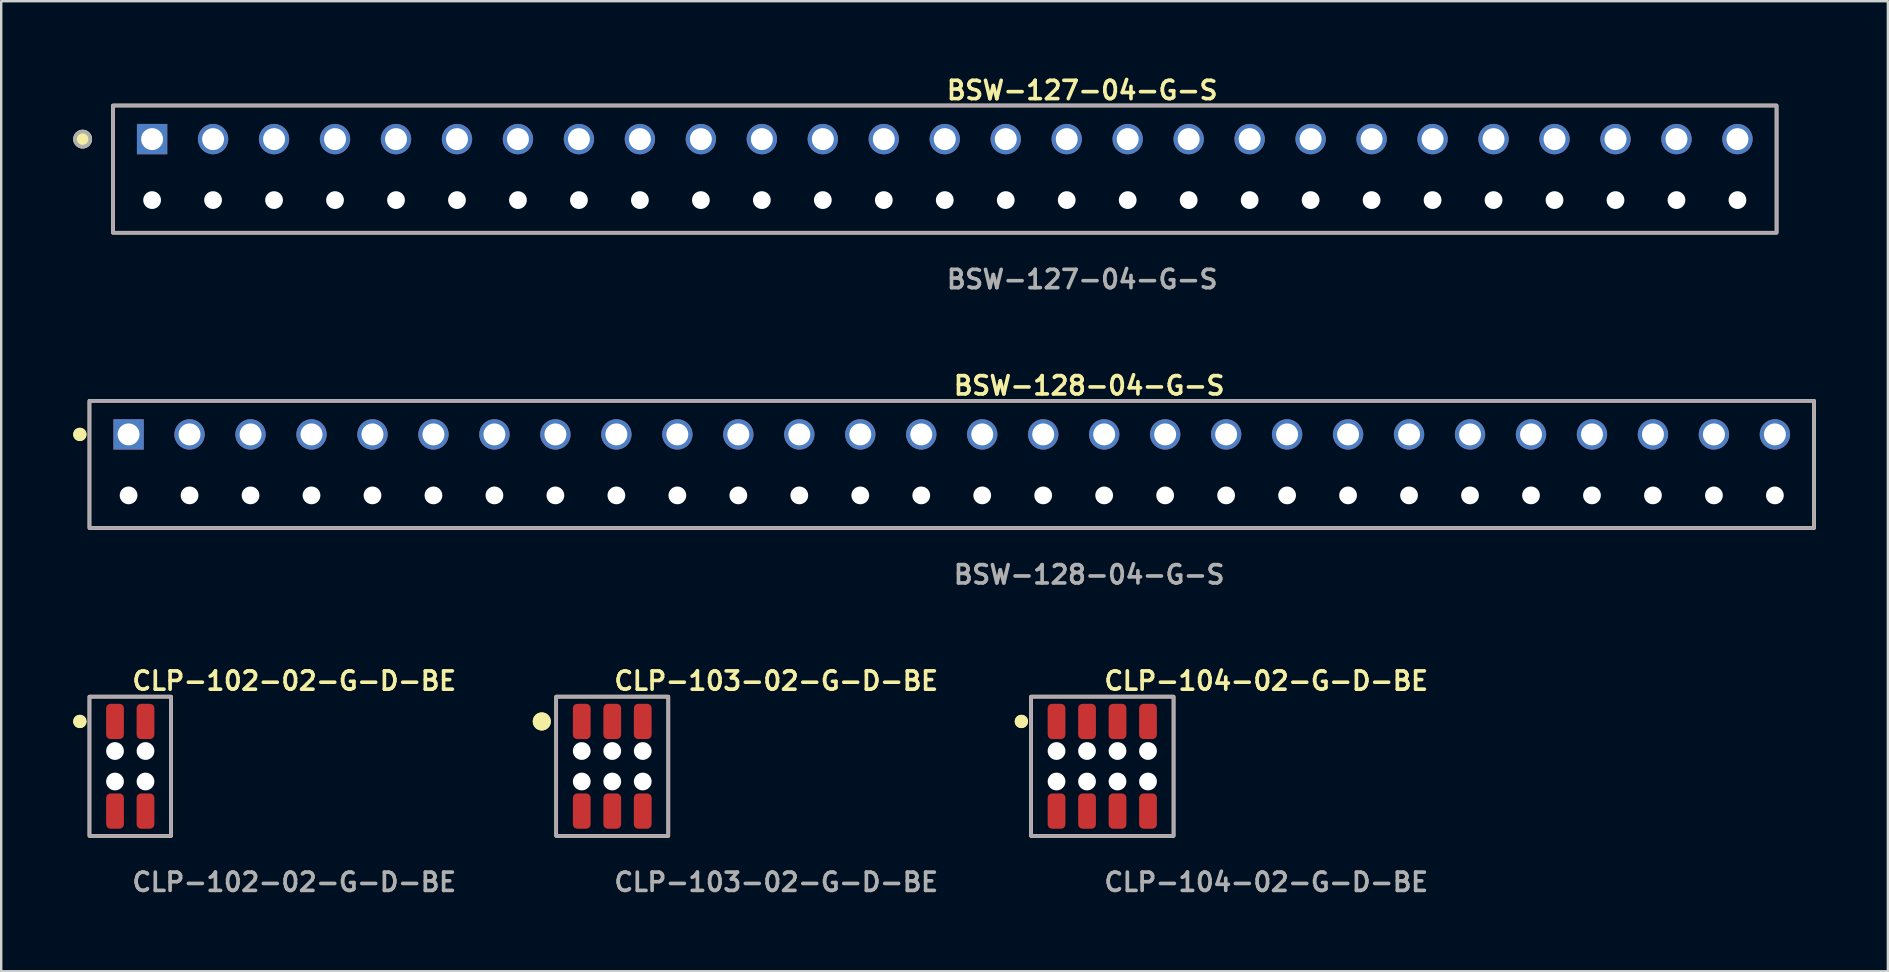
<source format=kicad_pcb>
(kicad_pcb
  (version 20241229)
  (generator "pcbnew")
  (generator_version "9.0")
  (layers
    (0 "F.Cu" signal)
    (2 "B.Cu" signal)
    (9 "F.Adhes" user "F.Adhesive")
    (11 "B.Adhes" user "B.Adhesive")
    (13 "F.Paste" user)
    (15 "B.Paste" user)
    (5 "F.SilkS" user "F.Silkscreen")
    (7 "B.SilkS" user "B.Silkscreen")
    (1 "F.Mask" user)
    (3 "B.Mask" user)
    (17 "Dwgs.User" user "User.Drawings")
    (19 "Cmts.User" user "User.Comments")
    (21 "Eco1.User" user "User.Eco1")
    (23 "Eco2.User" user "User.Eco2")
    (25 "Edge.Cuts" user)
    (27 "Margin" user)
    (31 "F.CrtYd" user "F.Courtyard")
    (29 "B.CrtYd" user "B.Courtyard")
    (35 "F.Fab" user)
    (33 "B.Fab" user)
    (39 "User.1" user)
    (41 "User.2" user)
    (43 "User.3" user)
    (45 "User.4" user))
  (footprint "CLP-103-02-G-D-BE"
    (layer "F.Cu")
    (at 22.454 28.87)
    (property "Reference" "CLP-103-02-G-D-BE" (at 0 -3.556 0) (unlocked yes) (layer "F.SilkS") (effects (font (size 0.762 0.762) (thickness 0.152)) (justify left)))
    (fp_rect (start -2.335 2.9) (end 2.335 -2.9) (stroke (width 0.152) (type solid)) (fill no) (layer "F.SilkS"))
    (fp_circle (center -2.935 -1.867) (end -3.235 -1.867) (stroke (width 0.152) (type solid)) (fill yes) (layer "F.SilkS"))
    (fp_circle (center -2.935 -1.867) (end -3.235 -1.867) (stroke (width 0.152) (type solid)) (fill yes) (layer "F.SilkS"))
    (fp_rect (start -2.335 2.9) (end 2.335 -2.9) (stroke (width 0.006) (type solid)) (fill no) (layer "F.CrtYd"))
    (fp_rect (start -2.335 2.9) (end 2.335 -2.9) (stroke (width 0.152) (type solid)) (fill no) (layer "F.Fab"))
    (fp_text user "${REFERENCE}" (at 0 4.826 0) (unlocked yes) (layer "F.Fab") (effects (font (size 0.762 0.762) (thickness 0.152)) (justify left)))
    (pad "" np_thru_hole circle (at -1.27 -0.635) (size 0.74 0.74) (drill 0.74) (layers "*.Cu" "*.Mask"))
    (pad "" np_thru_hole circle (at -1.27 0.635) (size 0.74 0.74) (drill 0.74) (layers "*.Cu" "*.Mask"))
    (pad "" np_thru_hole circle (at 0 -0.635) (size 0.74 0.74) (drill 0.74) (layers "*.Cu" "*.Mask"))
    (pad "" np_thru_hole circle (at 0 0.635) (size 0.74 0.74) (drill 0.74) (layers "*.Cu" "*.Mask"))
    (pad "" np_thru_hole circle (at 1.27 -0.635) (size 0.74 0.74) (drill 0.74) (layers "*.Cu" "*.Mask"))
    (pad "" np_thru_hole circle (at 1.27 0.635) (size 0.74 0.74) (drill 0.74) (layers "*.Cu" "*.Mask"))
    (pad "1" smd roundrect (at -1.27 -1.867) (size 0.74 1.47) (layers "F.Cu" "F.Paste") (roundrect_rratio 0.25))
    (pad "2" smd roundrect (at -1.27 1.867) (size 0.74 1.47) (layers "F.Cu" "F.Paste") (roundrect_rratio 0.25))
    (pad "3" smd roundrect (at 0 -1.867) (size 0.74 1.47) (layers "F.Cu" "F.Paste") (roundrect_rratio 0.25))
    (pad "4" smd roundrect (at 0 1.867) (size 0.74 1.47) (layers "F.Cu" "F.Paste") (roundrect_rratio 0.25))
    (pad "5" smd roundrect (at 1.27 -1.867) (size 0.74 1.47) (layers "F.Cu" "F.Paste") (roundrect_rratio 0.25))
    (pad "6" smd roundrect (at 1.27 1.867) (size 0.74 1.47) (layers "F.Cu" "F.Paste") (roundrect_rratio 0.25)))
  (footprint "CLP-102-02-G-D-BE"
    (layer "F.Cu")
    (at 2.376 28.87)
    (property "Reference" "CLP-102-02-G-D-BE" (at 0 -3.556 0) (unlocked yes) (layer "F.SilkS") (effects (font (size 0.762 0.762) (thickness 0.152)) (justify left)))
    (fp_rect (start -1.7 2.9) (end 1.7 -2.9) (stroke (width 0.152) (type solid)) (fill no) (layer "F.SilkS"))
    (fp_circle (center -2.1 -1.867) (end -2.3 -1.867) (stroke (width 0.152) (type solid)) (fill yes) (layer "F.SilkS"))
    (fp_circle (center -2.1 -1.867) (end -2.3 -1.867) (stroke (width 0.152) (type solid)) (fill yes) (layer "F.SilkS"))
    (fp_rect (start -1.7 2.9) (end 1.7 -2.9) (stroke (width 0.006) (type solid)) (fill no) (layer "F.CrtYd"))
    (fp_rect (start -1.7 2.9) (end 1.7 -2.9) (stroke (width 0.152) (type solid)) (fill no) (layer "F.Fab"))
    (fp_text user "${REFERENCE}" (at 0 4.826 0) (unlocked yes) (layer "F.Fab") (effects (font (size 0.762 0.762) (thickness 0.152)) (justify left)))
    (pad "" np_thru_hole circle (at -0.635 -0.635) (size 0.74 0.74) (drill 0.74) (layers "*.Cu" "*.Mask"))
    (pad "" np_thru_hole circle (at -0.635 0.635) (size 0.74 0.74) (drill 0.74) (layers "*.Cu" "*.Mask"))
    (pad "" np_thru_hole circle (at 0.635 -0.635) (size 0.74 0.74) (drill 0.74) (layers "*.Cu" "*.Mask"))
    (pad "" np_thru_hole circle (at 0.635 0.635) (size 0.74 0.74) (drill 0.74) (layers "*.Cu" "*.Mask"))
    (pad "1" smd roundrect (at -0.635 -1.867) (size 0.74 1.47) (layers "F.Cu" "F.Paste") (roundrect_rratio 0.25))
    (pad "2" smd roundrect (at -0.635 1.867) (size 0.74 1.47) (layers "F.Cu" "F.Paste") (roundrect_rratio 0.25))
    (pad "3" smd roundrect (at 0.635 -1.867) (size 0.74 1.47) (layers "F.Cu" "F.Paste") (roundrect_rratio 0.25))
    (pad "4" smd roundrect (at 0.635 1.867) (size 0.74 1.47) (layers "F.Cu" "F.Paste") (roundrect_rratio 0.25)))
  (footprint "CLP-104-02-G-D-BE"
    (layer "F.Cu")
    (at 42.867 28.87)
    (property "Reference" "CLP-104-02-G-D-BE" (at 0 -3.556 0) (unlocked yes) (layer "F.SilkS") (effects (font (size 0.762 0.762) (thickness 0.152)) (justify left)))
    (fp_rect (start -2.97 2.9) (end 2.97 -2.9) (stroke (width 0.152) (type solid)) (fill no) (layer "F.SilkS"))
    (fp_circle (center -3.37 -1.867) (end -3.57 -1.867) (stroke (width 0.152) (type solid)) (fill yes) (layer "F.SilkS"))
    (fp_circle (center -3.37 -1.867) (end -3.57 -1.867) (stroke (width 0.152) (type solid)) (fill yes) (layer "F.SilkS"))
    (fp_rect (start -2.97 2.9) (end 2.97 -2.9) (stroke (width 0.006) (type solid)) (fill no) (layer "F.CrtYd"))
    (fp_rect (start -2.97 2.9) (end 2.97 -2.9) (stroke (width 0.152) (type solid)) (fill no) (layer "F.Fab"))
    (fp_text user "${REFERENCE}" (at 0 4.826 0) (unlocked yes) (layer "F.Fab") (effects (font (size 0.762 0.762) (thickness 0.152)) (justify left)))
    (pad "" np_thru_hole circle (at -1.905 -0.635) (size 0.74 0.74) (drill 0.74) (layers "*.Cu" "*.Mask"))
    (pad "" np_thru_hole circle (at -1.905 0.635) (size 0.74 0.74) (drill 0.74) (layers "*.Cu" "*.Mask"))
    (pad "" np_thru_hole circle (at -0.635 -0.635) (size 0.74 0.74) (drill 0.74) (layers "*.Cu" "*.Mask"))
    (pad "" np_thru_hole circle (at -0.635 0.635) (size 0.74 0.74) (drill 0.74) (layers "*.Cu" "*.Mask"))
    (pad "" np_thru_hole circle (at 0.635 -0.635) (size 0.74 0.74) (drill 0.74) (layers "*.Cu" "*.Mask"))
    (pad "" np_thru_hole circle (at 0.635 0.635) (size 0.74 0.74) (drill 0.74) (layers "*.Cu" "*.Mask"))
    (pad "" np_thru_hole circle (at 1.905 -0.635) (size 0.74 0.74) (drill 0.74) (layers "*.Cu" "*.Mask"))
    (pad "" np_thru_hole circle (at 1.905 0.635) (size 0.74 0.74) (drill 0.74) (layers "*.Cu" "*.Mask"))
    (pad "1" smd roundrect (at -1.905 -1.867) (size 0.74 1.47) (layers "F.Cu" "F.Paste") (roundrect_rratio 0.25))
    (pad "2" smd roundrect (at -1.905 1.867) (size 0.74 1.47) (layers "F.Cu" "F.Paste") (roundrect_rratio 0.25))
    (pad "3" smd roundrect (at -0.635 -1.867) (size 0.74 1.47) (layers "F.Cu" "F.Paste") (roundrect_rratio 0.25))
    (pad "4" smd roundrect (at -0.635 1.867) (size 0.74 1.47) (layers "F.Cu" "F.Paste") (roundrect_rratio 0.25))
    (pad "5" smd roundrect (at 0.635 -1.867) (size 0.74 1.47) (layers "F.Cu" "F.Paste") (roundrect_rratio 0.25))
    (pad "6" smd roundrect (at 0.635 1.867) (size 0.74 1.47) (layers "F.Cu" "F.Paste") (roundrect_rratio 0.25))
    (pad "7" smd roundrect (at 1.905 -1.867) (size 0.74 1.47) (layers "F.Cu" "F.Paste") (roundrect_rratio 0.25))
    (pad "8" smd roundrect (at 1.905 1.867) (size 0.74 1.47) (layers "F.Cu" "F.Paste") (roundrect_rratio 0.25)))
  (footprint "BSW-128-04-G-S"
    (layer "F.Cu")
    (at 36.596 15.046)
    (property "Reference" "BSW-128-04-G-S" (at 0 -2.032 0) (unlocked yes) (layer "F.SilkS") (effects (font (size 0.762 0.762) (thickness 0.152)) (justify left)))
    (fp_rect (start -35.92 3.9) (end 35.92 -1.4) (stroke (width 0.152) (type solid)) (fill no) (layer "F.SilkS"))
    (fp_circle (center -36.32 0) (end -36.52 0) (stroke (width 0.152) (type solid)) (fill yes) (layer "F.SilkS"))
    (fp_circle (center -36.32 0) (end -36.52 0) (stroke (width 0.152) (type solid)) (fill yes) (layer "F.SilkS"))
    (fp_rect (start -35.92 3.9) (end 35.92 -1.4) (stroke (width 0.006) (type solid)) (fill no) (layer "F.CrtYd"))
    (fp_rect (start -35.92 3.9) (end 35.92 -1.4) (stroke (width 0.152) (type solid)) (fill no) (layer "F.Fab"))
    (fp_text user "${REFERENCE}" (at 0 5.842 0) (unlocked yes) (layer "F.Fab") (effects (font (size 0.762 0.762) (thickness 0.152)) (justify left)))
    (pad "" np_thru_hole circle (at -34.29 2.54) (size 0.74 0.74) (drill 0.74) (layers "*.Cu" "*.Mask"))
    (pad "" np_thru_hole circle (at -31.75 2.54) (size 0.74 0.74) (drill 0.74) (layers "*.Cu" "*.Mask"))
    (pad "" np_thru_hole circle (at -29.21 2.54) (size 0.74 0.74) (drill 0.74) (layers "*.Cu" "*.Mask"))
    (pad "" np_thru_hole circle (at -26.67 2.54) (size 0.74 0.74) (drill 0.74) (layers "*.Cu" "*.Mask"))
    (pad "" np_thru_hole circle (at -24.13 2.54) (size 0.74 0.74) (drill 0.74) (layers "*.Cu" "*.Mask"))
    (pad "" np_thru_hole circle (at -21.59 2.54) (size 0.74 0.74) (drill 0.74) (layers "*.Cu" "*.Mask"))
    (pad "" np_thru_hole circle (at -19.05 2.54) (size 0.74 0.74) (drill 0.74) (layers "*.Cu" "*.Mask"))
    (pad "" np_thru_hole circle (at -16.51 2.54) (size 0.74 0.74) (drill 0.74) (layers "*.Cu" "*.Mask"))
    (pad "" np_thru_hole circle (at -13.97 2.54) (size 0.74 0.74) (drill 0.74) (layers "*.Cu" "*.Mask"))
    (pad "" np_thru_hole circle (at -11.43 2.54) (size 0.74 0.74) (drill 0.74) (layers "*.Cu" "*.Mask"))
    (pad "" np_thru_hole circle (at -8.89 2.54) (size 0.74 0.74) (drill 0.74) (layers "*.Cu" "*.Mask"))
    (pad "" np_thru_hole circle (at -6.35 2.54) (size 0.74 0.74) (drill 0.74) (layers "*.Cu" "*.Mask"))
    (pad "" np_thru_hole circle (at -3.81 2.54) (size 0.74 0.74) (drill 0.74) (layers "*.Cu" "*.Mask"))
    (pad "" np_thru_hole circle (at -1.27 2.54) (size 0.74 0.74) (drill 0.74) (layers "*.Cu" "*.Mask"))
    (pad "" np_thru_hole circle (at 1.27 2.54) (size 0.74 0.74) (drill 0.74) (layers "*.Cu" "*.Mask"))
    (pad "" np_thru_hole circle (at 3.81 2.54) (size 0.74 0.74) (drill 0.74) (layers "*.Cu" "*.Mask"))
    (pad "" np_thru_hole circle (at 6.35 2.54) (size 0.74 0.74) (drill 0.74) (layers "*.Cu" "*.Mask"))
    (pad "" np_thru_hole circle (at 8.89 2.54) (size 0.74 0.74) (drill 0.74) (layers "*.Cu" "*.Mask"))
    (pad "" np_thru_hole circle (at 11.43 2.54) (size 0.74 0.74) (drill 0.74) (layers "*.Cu" "*.Mask"))
    (pad "" np_thru_hole circle (at 13.97 2.54) (size 0.74 0.74) (drill 0.74) (layers "*.Cu" "*.Mask"))
    (pad "" np_thru_hole circle (at 16.51 2.54) (size 0.74 0.74) (drill 0.74) (layers "*.Cu" "*.Mask"))
    (pad "" np_thru_hole circle (at 19.05 2.54) (size 0.74 0.74) (drill 0.74) (layers "*.Cu" "*.Mask"))
    (pad "" np_thru_hole circle (at 21.59 2.54) (size 0.74 0.74) (drill 0.74) (layers "*.Cu" "*.Mask"))
    (pad "" np_thru_hole circle (at 24.13 2.54) (size 0.74 0.74) (drill 0.74) (layers "*.Cu" "*.Mask"))
    (pad "" np_thru_hole circle (at 26.67 2.54) (size 0.74 0.74) (drill 0.74) (layers "*.Cu" "*.Mask"))
    (pad "" np_thru_hole circle (at 29.21 2.54) (size 0.74 0.74) (drill 0.74) (layers "*.Cu" "*.Mask"))
    (pad "" np_thru_hole circle (at 31.75 2.54) (size 0.74 0.74) (drill 0.74) (layers "*.Cu" "*.Mask"))
    (pad "" np_thru_hole circle (at 34.29 2.54) (size 0.74 0.74) (drill 0.74) (layers "*.Cu" "*.Mask"))
    (pad "1" thru_hole rect (at -34.29 0) (size 1.264 1.264) (drill 0.914) (layers "*.Cu" "*.Mask"))
    (pad "2" thru_hole circle (at -31.75 0) (size 1.264 1.264) (drill 0.914) (layers "*.Cu" "*.Mask"))
    (pad "3" thru_hole circle (at -29.21 0) (size 1.264 1.264) (drill 0.914) (layers "*.Cu" "*.Mask"))
    (pad "4" thru_hole circle (at -26.67 0) (size 1.264 1.264) (drill 0.914) (layers "*.Cu" "*.Mask"))
    (pad "5" thru_hole circle (at -24.13 0) (size 1.264 1.264) (drill 0.914) (layers "*.Cu" "*.Mask"))
    (pad "6" thru_hole circle (at -21.59 0) (size 1.264 1.264) (drill 0.914) (layers "*.Cu" "*.Mask"))
    (pad "7" thru_hole circle (at -19.05 0) (size 1.264 1.264) (drill 0.914) (layers "*.Cu" "*.Mask"))
    (pad "8" thru_hole circle (at -16.51 0) (size 1.264 1.264) (drill 0.914) (layers "*.Cu" "*.Mask"))
    (pad "9" thru_hole circle (at -13.97 0) (size 1.264 1.264) (drill 0.914) (layers "*.Cu" "*.Mask"))
    (pad "10" thru_hole circle (at -11.43 0) (size 1.264 1.264) (drill 0.914) (layers "*.Cu" "*.Mask"))
    (pad "11" thru_hole circle (at -8.89 0) (size 1.264 1.264) (drill 0.914) (layers "*.Cu" "*.Mask"))
    (pad "12" thru_hole circle (at -6.35 0) (size 1.264 1.264) (drill 0.914) (layers "*.Cu" "*.Mask"))
    (pad "13" thru_hole circle (at -3.81 0) (size 1.264 1.264) (drill 0.914) (layers "*.Cu" "*.Mask"))
    (pad "14" thru_hole circle (at -1.27 0) (size 1.264 1.264) (drill 0.914) (layers "*.Cu" "*.Mask"))
    (pad "15" thru_hole circle (at 1.27 0) (size 1.264 1.264) (drill 0.914) (layers "*.Cu" "*.Mask"))
    (pad "16" thru_hole circle (at 3.81 0) (size 1.264 1.264) (drill 0.914) (layers "*.Cu" "*.Mask"))
    (pad "17" thru_hole circle (at 6.35 0) (size 1.264 1.264) (drill 0.914) (layers "*.Cu" "*.Mask"))
    (pad "18" thru_hole circle (at 8.89 0) (size 1.264 1.264) (drill 0.914) (layers "*.Cu" "*.Mask"))
    (pad "19" thru_hole circle (at 11.43 0) (size 1.264 1.264) (drill 0.914) (layers "*.Cu" "*.Mask"))
    (pad "20" thru_hole circle (at 13.97 0) (size 1.264 1.264) (drill 0.914) (layers "*.Cu" "*.Mask"))
    (pad "21" thru_hole circle (at 16.51 0) (size 1.264 1.264) (drill 0.914) (layers "*.Cu" "*.Mask"))
    (pad "22" thru_hole circle (at 19.05 0) (size 1.264 1.264) (drill 0.914) (layers "*.Cu" "*.Mask"))
    (pad "23" thru_hole circle (at 21.59 0) (size 1.264 1.264) (drill 0.914) (layers "*.Cu" "*.Mask"))
    (pad "24" thru_hole circle (at 24.13 0) (size 1.264 1.264) (drill 0.914) (layers "*.Cu" "*.Mask"))
    (pad "25" thru_hole circle (at 26.67 0) (size 1.264 1.264) (drill 0.914) (layers "*.Cu" "*.Mask"))
    (pad "26" thru_hole circle (at 29.21 0) (size 1.264 1.264) (drill 0.914) (layers "*.Cu" "*.Mask"))
    (pad "27" thru_hole circle (at 31.75 0) (size 1.264 1.264) (drill 0.914) (layers "*.Cu" "*.Mask"))
    (pad "28" thru_hole circle (at 34.29 0) (size 1.264 1.264) (drill 0.914) (layers "*.Cu" "*.Mask")))
  (footprint "BSW-127-04-G-S"
    (layer "F.Cu")
    (at 36.306 2.745)
    (property "Reference" "BSW-127-04-G-S" (at 0 -2.032 0) (unlocked yes) (layer "F.SilkS") (effects (font (size 0.762 0.762) (thickness 0.152)) (justify left)))
    (fp_rect (start -34.65 3.9) (end 34.65 -1.4) (stroke (width 0.152) (type solid)) (fill no) (layer "F.SilkS"))
    (fp_circle (center -35.914 0) (end -36.23 0) (stroke (width 0.152) (type solid)) (fill yes) (layer "F.SilkS"))
    (fp_rect (start -34.65 3.9) (end 34.65 -1.4) (stroke (width 0.006) (type solid)) (fill no) (layer "F.CrtYd"))
    (fp_rect (start -34.65 3.9) (end 34.65 -1.4) (stroke (width 0.152) (type solid)) (fill no) (layer "F.Fab"))
    (fp_circle (center -35.914 0) (end -36.23 0) (stroke (width 0.152) (type solid)) (fill no) (layer "F.Fab"))
    (fp_text user "${REFERENCE}" (at 0 5.842 0) (unlocked yes) (layer "F.Fab") (effects (font (size 0.762 0.762) (thickness 0.152)) (justify left)))
    (pad "" np_thru_hole circle (at -33.02 2.54) (size 0.74 0.74) (drill 0.74) (layers "*.Cu" "*.Mask"))
    (pad "" np_thru_hole circle (at -30.48 2.54) (size 0.74 0.74) (drill 0.74) (layers "*.Cu" "*.Mask"))
    (pad "" np_thru_hole circle (at -27.94 2.54) (size 0.74 0.74) (drill 0.74) (layers "*.Cu" "*.Mask"))
    (pad "" np_thru_hole circle (at -25.4 2.54) (size 0.74 0.74) (drill 0.74) (layers "*.Cu" "*.Mask"))
    (pad "" np_thru_hole circle (at -22.86 2.54) (size 0.74 0.74) (drill 0.74) (layers "*.Cu" "*.Mask"))
    (pad "" np_thru_hole circle (at -20.32 2.54) (size 0.74 0.74) (drill 0.74) (layers "*.Cu" "*.Mask"))
    (pad "" np_thru_hole circle (at -17.78 2.54) (size 0.74 0.74) (drill 0.74) (layers "*.Cu" "*.Mask"))
    (pad "" np_thru_hole circle (at -15.24 2.54) (size 0.74 0.74) (drill 0.74) (layers "*.Cu" "*.Mask"))
    (pad "" np_thru_hole circle (at -12.7 2.54) (size 0.74 0.74) (drill 0.74) (layers "*.Cu" "*.Mask"))
    (pad "" np_thru_hole circle (at -10.16 2.54) (size 0.74 0.74) (drill 0.74) (layers "*.Cu" "*.Mask"))
    (pad "" np_thru_hole circle (at -7.62 2.54) (size 0.74 0.74) (drill 0.74) (layers "*.Cu" "*.Mask"))
    (pad "" np_thru_hole circle (at -5.08 2.54) (size 0.74 0.74) (drill 0.74) (layers "*.Cu" "*.Mask"))
    (pad "" np_thru_hole circle (at -2.54 2.54) (size 0.74 0.74) (drill 0.74) (layers "*.Cu" "*.Mask"))
    (pad "" np_thru_hole circle (at 0 2.54) (size 0.74 0.74) (drill 0.74) (layers "*.Cu" "*.Mask"))
    (pad "" np_thru_hole circle (at 2.54 2.54) (size 0.74 0.74) (drill 0.74) (layers "*.Cu" "*.Mask"))
    (pad "" np_thru_hole circle (at 5.08 2.54) (size 0.74 0.74) (drill 0.74) (layers "*.Cu" "*.Mask"))
    (pad "" np_thru_hole circle (at 7.62 2.54) (size 0.74 0.74) (drill 0.74) (layers "*.Cu" "*.Mask"))
    (pad "" np_thru_hole circle (at 10.16 2.54) (size 0.74 0.74) (drill 0.74) (layers "*.Cu" "*.Mask"))
    (pad "" np_thru_hole circle (at 12.7 2.54) (size 0.74 0.74) (drill 0.74) (layers "*.Cu" "*.Mask"))
    (pad "" np_thru_hole circle (at 15.24 2.54) (size 0.74 0.74) (drill 0.74) (layers "*.Cu" "*.Mask"))
    (pad "" np_thru_hole circle (at 17.78 2.54) (size 0.74 0.74) (drill 0.74) (layers "*.Cu" "*.Mask"))
    (pad "" np_thru_hole circle (at 20.32 2.54) (size 0.74 0.74) (drill 0.74) (layers "*.Cu" "*.Mask"))
    (pad "" np_thru_hole circle (at 22.86 2.54) (size 0.74 0.74) (drill 0.74) (layers "*.Cu" "*.Mask"))
    (pad "" np_thru_hole circle (at 25.4 2.54) (size 0.74 0.74) (drill 0.74) (layers "*.Cu" "*.Mask"))
    (pad "" np_thru_hole circle (at 27.94 2.54) (size 0.74 0.74) (drill 0.74) (layers "*.Cu" "*.Mask"))
    (pad "" np_thru_hole circle (at 30.48 2.54) (size 0.74 0.74) (drill 0.74) (layers "*.Cu" "*.Mask"))
    (pad "" np_thru_hole circle (at 33.02 2.54) (size 0.74 0.74) (drill 0.74) (layers "*.Cu" "*.Mask"))
    (pad "1" thru_hole rect (at -33.02 0) (size 1.264 1.264) (drill 0.914) (layers "*.Cu" "*.Mask"))
    (pad "2" thru_hole circle (at -30.48 0) (size 1.264 1.264) (drill 0.914) (layers "*.Cu" "*.Mask"))
    (pad "3" thru_hole circle (at -27.94 0) (size 1.264 1.264) (drill 0.914) (layers "*.Cu" "*.Mask"))
    (pad "4" thru_hole circle (at -25.4 0) (size 1.264 1.264) (drill 0.914) (layers "*.Cu" "*.Mask"))
    (pad "5" thru_hole circle (at -22.86 0) (size 1.264 1.264) (drill 0.914) (layers "*.Cu" "*.Mask"))
    (pad "6" thru_hole circle (at -20.32 0) (size 1.264 1.264) (drill 0.914) (layers "*.Cu" "*.Mask"))
    (pad "7" thru_hole circle (at -17.78 0) (size 1.264 1.264) (drill 0.914) (layers "*.Cu" "*.Mask"))
    (pad "8" thru_hole circle (at -15.24 0) (size 1.264 1.264) (drill 0.914) (layers "*.Cu" "*.Mask"))
    (pad "9" thru_hole circle (at -12.7 0) (size 1.264 1.264) (drill 0.914) (layers "*.Cu" "*.Mask"))
    (pad "10" thru_hole circle (at -10.16 0) (size 1.264 1.264) (drill 0.914) (layers "*.Cu" "*.Mask"))
    (pad "11" thru_hole circle (at -7.62 0) (size 1.264 1.264) (drill 0.914) (layers "*.Cu" "*.Mask"))
    (pad "12" thru_hole circle (at -5.08 0) (size 1.264 1.264) (drill 0.914) (layers "*.Cu" "*.Mask"))
    (pad "13" thru_hole circle (at -2.54 0) (size 1.264 1.264) (drill 0.914) (layers "*.Cu" "*.Mask"))
    (pad "14" thru_hole circle (at 0 0) (size 1.264 1.264) (drill 0.914) (layers "*.Cu" "*.Mask"))
    (pad "15" thru_hole circle (at 2.54 0) (size 1.264 1.264) (drill 0.914) (layers "*.Cu" "*.Mask"))
    (pad "16" thru_hole circle (at 5.08 0) (size 1.264 1.264) (drill 0.914) (layers "*.Cu" "*.Mask"))
    (pad "17" thru_hole circle (at 7.62 0) (size 1.264 1.264) (drill 0.914) (layers "*.Cu" "*.Mask"))
    (pad "18" thru_hole circle (at 10.16 0) (size 1.264 1.264) (drill 0.914) (layers "*.Cu" "*.Mask"))
    (pad "19" thru_hole circle (at 12.7 0) (size 1.264 1.264) (drill 0.914) (layers "*.Cu" "*.Mask"))
    (pad "20" thru_hole circle (at 15.24 0) (size 1.264 1.264) (drill 0.914) (layers "*.Cu" "*.Mask"))
    (pad "21" thru_hole circle (at 17.78 0) (size 1.264 1.264) (drill 0.914) (layers "*.Cu" "*.Mask"))
    (pad "22" thru_hole circle (at 20.32 0) (size 1.264 1.264) (drill 0.914) (layers "*.Cu" "*.Mask"))
    (pad "23" thru_hole circle (at 22.86 0) (size 1.264 1.264) (drill 0.914) (layers "*.Cu" "*.Mask"))
    (pad "24" thru_hole circle (at 25.4 0) (size 1.264 1.264) (drill 0.914) (layers "*.Cu" "*.Mask"))
    (pad "25" thru_hole circle (at 27.94 0) (size 1.264 1.264) (drill 0.914) (layers "*.Cu" "*.Mask"))
    (pad "26" thru_hole circle (at 30.48 0) (size 1.264 1.264) (drill 0.914) (layers "*.Cu" "*.Mask"))
    (pad "27" thru_hole circle (at 33.02 0) (size 1.264 1.264) (drill 0.914) (layers "*.Cu" "*.Mask")))
  (gr_rect
    (start -3 -3)
    (end 75.592 37.409)
    (stroke (width 0.1) (type default))
    (fill no)
    (layer "Edge.Cuts")))
</source>
